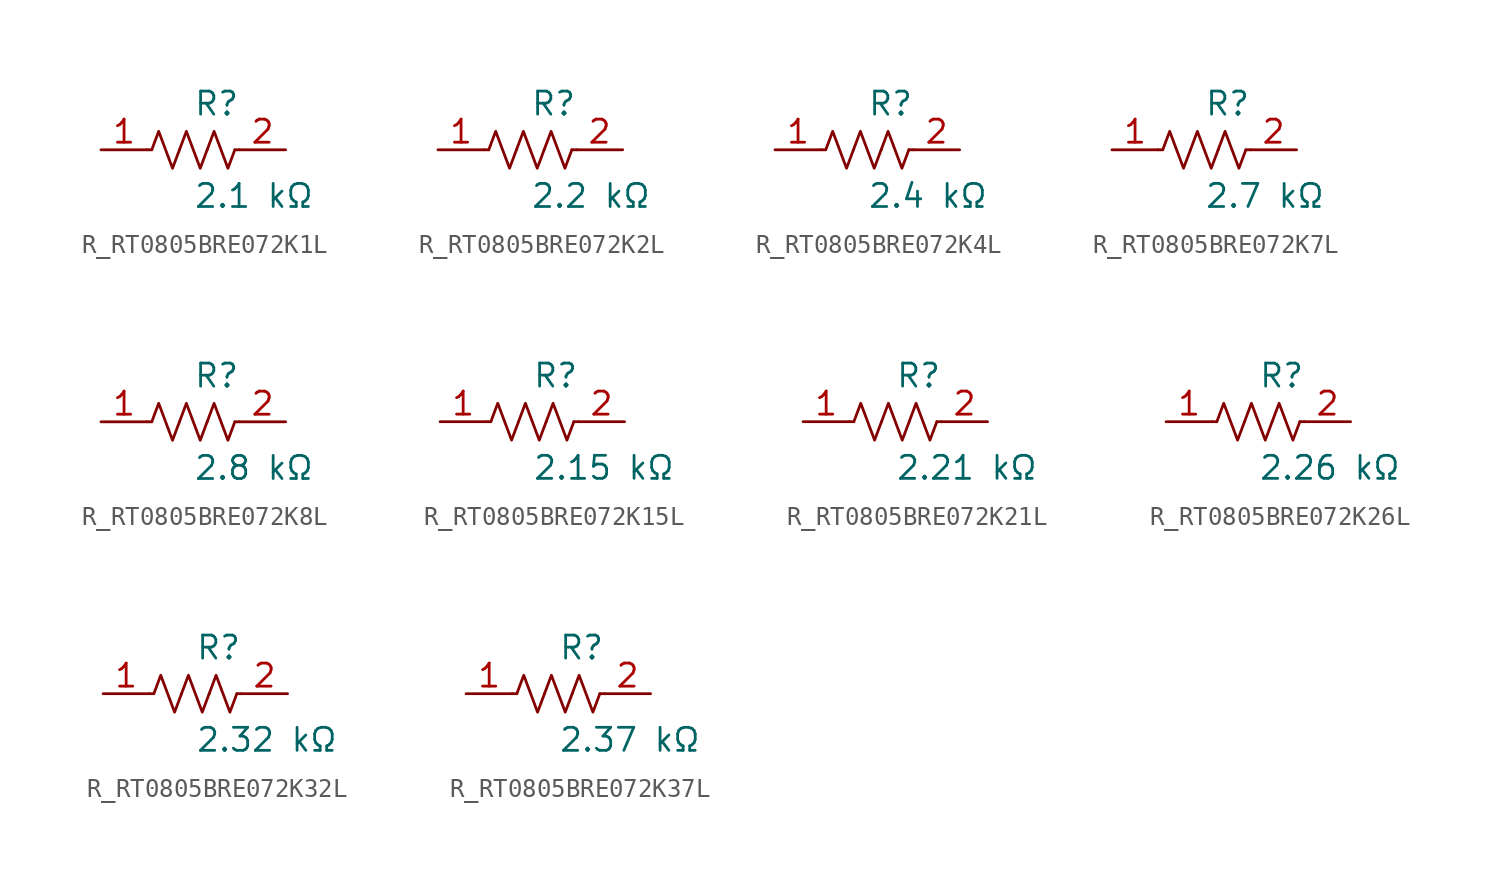
<source format=kicad_sym>
(kicad_symbol_lib
  (version 20231120)
  (generator kicad_symbol_editor)
  (generator_version 8.0)
  (symbol "R_RT0805BRE072K1L"
    (pin_names
      (offset 0.254))
    (property "Reference" "R"
      (at 0.0 2.54 0)
      (effects (font (size 1.27 1.27)) (justify left)))
    (property "Value" "2.1 kΩ"
      (at 0.0 -2.54 0)
      (effects (font (size 1.27 1.27)) (justify left)))
    (symbol "R_RT0805BRE072K1L_0_1"
      (polyline (pts (xy 2.286 0) (xy 2.54 0)) (stroke (width 0) (type default)) (fill (type none)))
      (polyline (pts (xy -2.286 0) (xy -2.54 0)) (stroke (width 0) (type default)) (fill (type none)))
      (polyline (pts (xy 0.762 0) (xy 1.143 1.016) (xy 1.524 0) (xy 1.905 -1.016) (xy 2.286 0)) (stroke (width 0) (type default)) (fill (type none)))
      (polyline (pts (xy -0.762 0) (xy -0.381 1.016) (xy 0 0) (xy 0.381 -1.016) (xy 0.762 0)) (stroke (width 0) (type default)) (fill (type none)))
      (polyline (pts (xy -2.286 0) (xy -1.905 1.016) (xy -1.524 0) (xy -1.143 -1.016) (xy -0.762 0)) (stroke (width 0) (type default)) (fill (type none))))
    (pin unspecified line
      (at -5.08 0 0)
      (length 2.54)
      (name "" (effects (font (size 1.27 1.27))))
      (number "1" (effects (font (size 1.27 1.27)))))
    (pin unspecified line
      (at 5.08 0 180)
      (length 2.54)
      (name "" (effects (font (size 1.27 1.27))))
      (number "2" (effects (font (size 1.27 1.27))))))
  (symbol "R_RT0805BRE072K2L"
    (pin_names
      (offset 0.254))
    (property "Reference" "R"
      (at 0.0 2.54 0)
      (effects (font (size 1.27 1.27)) (justify left)))
    (property "Value" "2.2 kΩ"
      (at 0.0 -2.54 0)
      (effects (font (size 1.27 1.27)) (justify left)))
    (symbol "R_RT0805BRE072K2L_0_1"
      (polyline (pts (xy 2.286 0) (xy 2.54 0)) (stroke (width 0) (type default)) (fill (type none)))
      (polyline (pts (xy -2.286 0) (xy -2.54 0)) (stroke (width 0) (type default)) (fill (type none)))
      (polyline (pts (xy 0.762 0) (xy 1.143 1.016) (xy 1.524 0) (xy 1.905 -1.016) (xy 2.286 0)) (stroke (width 0) (type default)) (fill (type none)))
      (polyline (pts (xy -0.762 0) (xy -0.381 1.016) (xy 0 0) (xy 0.381 -1.016) (xy 0.762 0)) (stroke (width 0) (type default)) (fill (type none)))
      (polyline (pts (xy -2.286 0) (xy -1.905 1.016) (xy -1.524 0) (xy -1.143 -1.016) (xy -0.762 0)) (stroke (width 0) (type default)) (fill (type none))))
    (pin unspecified line
      (at -5.08 0 0)
      (length 2.54)
      (name "" (effects (font (size 1.27 1.27))))
      (number "1" (effects (font (size 1.27 1.27)))))
    (pin unspecified line
      (at 5.08 0 180)
      (length 2.54)
      (name "" (effects (font (size 1.27 1.27))))
      (number "2" (effects (font (size 1.27 1.27))))))
  (symbol "R_RT0805BRE072K4L"
    (pin_names
      (offset 0.254))
    (property "Reference" "R"
      (at 0.0 2.54 0)
      (effects (font (size 1.27 1.27)) (justify left)))
    (property "Value" "2.4 kΩ"
      (at 0.0 -2.54 0)
      (effects (font (size 1.27 1.27)) (justify left)))
    (symbol "R_RT0805BRE072K4L_0_1"
      (polyline (pts (xy 2.286 0) (xy 2.54 0)) (stroke (width 0) (type default)) (fill (type none)))
      (polyline (pts (xy -2.286 0) (xy -2.54 0)) (stroke (width 0) (type default)) (fill (type none)))
      (polyline (pts (xy 0.762 0) (xy 1.143 1.016) (xy 1.524 0) (xy 1.905 -1.016) (xy 2.286 0)) (stroke (width 0) (type default)) (fill (type none)))
      (polyline (pts (xy -0.762 0) (xy -0.381 1.016) (xy 0 0) (xy 0.381 -1.016) (xy 0.762 0)) (stroke (width 0) (type default)) (fill (type none)))
      (polyline (pts (xy -2.286 0) (xy -1.905 1.016) (xy -1.524 0) (xy -1.143 -1.016) (xy -0.762 0)) (stroke (width 0) (type default)) (fill (type none))))
    (pin unspecified line
      (at -5.08 0 0)
      (length 2.54)
      (name "" (effects (font (size 1.27 1.27))))
      (number "1" (effects (font (size 1.27 1.27)))))
    (pin unspecified line
      (at 5.08 0 180)
      (length 2.54)
      (name "" (effects (font (size 1.27 1.27))))
      (number "2" (effects (font (size 1.27 1.27))))))
  (symbol "R_RT0805BRE072K7L"
    (pin_names
      (offset 0.254))
    (property "Reference" "R"
      (at 0.0 2.54 0)
      (effects (font (size 1.27 1.27)) (justify left)))
    (property "Value" "2.7 kΩ"
      (at 0.0 -2.54 0)
      (effects (font (size 1.27 1.27)) (justify left)))
    (symbol "R_RT0805BRE072K7L_0_1"
      (polyline (pts (xy 2.286 0) (xy 2.54 0)) (stroke (width 0) (type default)) (fill (type none)))
      (polyline (pts (xy -2.286 0) (xy -2.54 0)) (stroke (width 0) (type default)) (fill (type none)))
      (polyline (pts (xy 0.762 0) (xy 1.143 1.016) (xy 1.524 0) (xy 1.905 -1.016) (xy 2.286 0)) (stroke (width 0) (type default)) (fill (type none)))
      (polyline (pts (xy -0.762 0) (xy -0.381 1.016) (xy 0 0) (xy 0.381 -1.016) (xy 0.762 0)) (stroke (width 0) (type default)) (fill (type none)))
      (polyline (pts (xy -2.286 0) (xy -1.905 1.016) (xy -1.524 0) (xy -1.143 -1.016) (xy -0.762 0)) (stroke (width 0) (type default)) (fill (type none))))
    (pin unspecified line
      (at -5.08 0 0)
      (length 2.54)
      (name "" (effects (font (size 1.27 1.27))))
      (number "1" (effects (font (size 1.27 1.27)))))
    (pin unspecified line
      (at 5.08 0 180)
      (length 2.54)
      (name "" (effects (font (size 1.27 1.27))))
      (number "2" (effects (font (size 1.27 1.27))))))
  (symbol "R_RT0805BRE072K8L"
    (pin_names
      (offset 0.254))
    (property "Reference" "R"
      (at 0.0 2.54 0)
      (effects (font (size 1.27 1.27)) (justify left)))
    (property "Value" "2.8 kΩ"
      (at 0.0 -2.54 0)
      (effects (font (size 1.27 1.27)) (justify left)))
    (symbol "R_RT0805BRE072K8L_0_1"
      (polyline (pts (xy 2.286 0) (xy 2.54 0)) (stroke (width 0) (type default)) (fill (type none)))
      (polyline (pts (xy -2.286 0) (xy -2.54 0)) (stroke (width 0) (type default)) (fill (type none)))
      (polyline (pts (xy 0.762 0) (xy 1.143 1.016) (xy 1.524 0) (xy 1.905 -1.016) (xy 2.286 0)) (stroke (width 0) (type default)) (fill (type none)))
      (polyline (pts (xy -0.762 0) (xy -0.381 1.016) (xy 0 0) (xy 0.381 -1.016) (xy 0.762 0)) (stroke (width 0) (type default)) (fill (type none)))
      (polyline (pts (xy -2.286 0) (xy -1.905 1.016) (xy -1.524 0) (xy -1.143 -1.016) (xy -0.762 0)) (stroke (width 0) (type default)) (fill (type none))))
    (pin unspecified line
      (at -5.08 0 0)
      (length 2.54)
      (name "" (effects (font (size 1.27 1.27))))
      (number "1" (effects (font (size 1.27 1.27)))))
    (pin unspecified line
      (at 5.08 0 180)
      (length 2.54)
      (name "" (effects (font (size 1.27 1.27))))
      (number "2" (effects (font (size 1.27 1.27))))))
  (symbol "R_RT0805BRE072K15L"
    (pin_names
      (offset 0.254))
    (property "Reference" "R"
      (at 0.0 2.54 0)
      (effects (font (size 1.27 1.27)) (justify left)))
    (property "Value" "2.15 kΩ"
      (at 0.0 -2.54 0)
      (effects (font (size 1.27 1.27)) (justify left)))
    (symbol "R_RT0805BRE072K15L_0_1"
      (polyline (pts (xy 2.286 0) (xy 2.54 0)) (stroke (width 0) (type default)) (fill (type none)))
      (polyline (pts (xy -2.286 0) (xy -2.54 0)) (stroke (width 0) (type default)) (fill (type none)))
      (polyline (pts (xy 0.762 0) (xy 1.143 1.016) (xy 1.524 0) (xy 1.905 -1.016) (xy 2.286 0)) (stroke (width 0) (type default)) (fill (type none)))
      (polyline (pts (xy -0.762 0) (xy -0.381 1.016) (xy 0 0) (xy 0.381 -1.016) (xy 0.762 0)) (stroke (width 0) (type default)) (fill (type none)))
      (polyline (pts (xy -2.286 0) (xy -1.905 1.016) (xy -1.524 0) (xy -1.143 -1.016) (xy -0.762 0)) (stroke (width 0) (type default)) (fill (type none))))
    (pin unspecified line
      (at -5.08 0 0)
      (length 2.54)
      (name "" (effects (font (size 1.27 1.27))))
      (number "1" (effects (font (size 1.27 1.27)))))
    (pin unspecified line
      (at 5.08 0 180)
      (length 2.54)
      (name "" (effects (font (size 1.27 1.27))))
      (number "2" (effects (font (size 1.27 1.27))))))
  (symbol "R_RT0805BRE072K21L"
    (pin_names
      (offset 0.254))
    (property "Reference" "R"
      (at 0.0 2.54 0)
      (effects (font (size 1.27 1.27)) (justify left)))
    (property "Value" "2.21 kΩ"
      (at 0.0 -2.54 0)
      (effects (font (size 1.27 1.27)) (justify left)))
    (symbol "R_RT0805BRE072K21L_0_1"
      (polyline (pts (xy 2.286 0) (xy 2.54 0)) (stroke (width 0) (type default)) (fill (type none)))
      (polyline (pts (xy -2.286 0) (xy -2.54 0)) (stroke (width 0) (type default)) (fill (type none)))
      (polyline (pts (xy 0.762 0) (xy 1.143 1.016) (xy 1.524 0) (xy 1.905 -1.016) (xy 2.286 0)) (stroke (width 0) (type default)) (fill (type none)))
      (polyline (pts (xy -0.762 0) (xy -0.381 1.016) (xy 0 0) (xy 0.381 -1.016) (xy 0.762 0)) (stroke (width 0) (type default)) (fill (type none)))
      (polyline (pts (xy -2.286 0) (xy -1.905 1.016) (xy -1.524 0) (xy -1.143 -1.016) (xy -0.762 0)) (stroke (width 0) (type default)) (fill (type none))))
    (pin unspecified line
      (at -5.08 0 0)
      (length 2.54)
      (name "" (effects (font (size 1.27 1.27))))
      (number "1" (effects (font (size 1.27 1.27)))))
    (pin unspecified line
      (at 5.08 0 180)
      (length 2.54)
      (name "" (effects (font (size 1.27 1.27))))
      (number "2" (effects (font (size 1.27 1.27))))))
  (symbol "R_RT0805BRE072K26L"
    (pin_names
      (offset 0.254))
    (property "Reference" "R"
      (at 0.0 2.54 0)
      (effects (font (size 1.27 1.27)) (justify left)))
    (property "Value" "2.26 kΩ"
      (at 0.0 -2.54 0)
      (effects (font (size 1.27 1.27)) (justify left)))
    (symbol "R_RT0805BRE072K26L_0_1"
      (polyline (pts (xy 2.286 0) (xy 2.54 0)) (stroke (width 0) (type default)) (fill (type none)))
      (polyline (pts (xy -2.286 0) (xy -2.54 0)) (stroke (width 0) (type default)) (fill (type none)))
      (polyline (pts (xy 0.762 0) (xy 1.143 1.016) (xy 1.524 0) (xy 1.905 -1.016) (xy 2.286 0)) (stroke (width 0) (type default)) (fill (type none)))
      (polyline (pts (xy -0.762 0) (xy -0.381 1.016) (xy 0 0) (xy 0.381 -1.016) (xy 0.762 0)) (stroke (width 0) (type default)) (fill (type none)))
      (polyline (pts (xy -2.286 0) (xy -1.905 1.016) (xy -1.524 0) (xy -1.143 -1.016) (xy -0.762 0)) (stroke (width 0) (type default)) (fill (type none))))
    (pin unspecified line
      (at -5.08 0 0)
      (length 2.54)
      (name "" (effects (font (size 1.27 1.27))))
      (number "1" (effects (font (size 1.27 1.27)))))
    (pin unspecified line
      (at 5.08 0 180)
      (length 2.54)
      (name "" (effects (font (size 1.27 1.27))))
      (number "2" (effects (font (size 1.27 1.27))))))
  (symbol "R_RT0805BRE072K32L"
    (pin_names
      (offset 0.254))
    (property "Reference" "R"
      (at 0.0 2.54 0)
      (effects (font (size 1.27 1.27)) (justify left)))
    (property "Value" "2.32 kΩ"
      (at 0.0 -2.54 0)
      (effects (font (size 1.27 1.27)) (justify left)))
    (symbol "R_RT0805BRE072K32L_0_1"
      (polyline (pts (xy 2.286 0) (xy 2.54 0)) (stroke (width 0) (type default)) (fill (type none)))
      (polyline (pts (xy -2.286 0) (xy -2.54 0)) (stroke (width 0) (type default)) (fill (type none)))
      (polyline (pts (xy 0.762 0) (xy 1.143 1.016) (xy 1.524 0) (xy 1.905 -1.016) (xy 2.286 0)) (stroke (width 0) (type default)) (fill (type none)))
      (polyline (pts (xy -0.762 0) (xy -0.381 1.016) (xy 0 0) (xy 0.381 -1.016) (xy 0.762 0)) (stroke (width 0) (type default)) (fill (type none)))
      (polyline (pts (xy -2.286 0) (xy -1.905 1.016) (xy -1.524 0) (xy -1.143 -1.016) (xy -0.762 0)) (stroke (width 0) (type default)) (fill (type none))))
    (pin unspecified line
      (at -5.08 0 0)
      (length 2.54)
      (name "" (effects (font (size 1.27 1.27))))
      (number "1" (effects (font (size 1.27 1.27)))))
    (pin unspecified line
      (at 5.08 0 180)
      (length 2.54)
      (name "" (effects (font (size 1.27 1.27))))
      (number "2" (effects (font (size 1.27 1.27))))))
  (symbol "R_RT0805BRE072K37L"
    (pin_names
      (offset 0.254))
    (property "Reference" "R"
      (at 0.0 2.54 0)
      (effects (font (size 1.27 1.27)) (justify left)))
    (property "Value" "2.37 kΩ"
      (at 0.0 -2.54 0)
      (effects (font (size 1.27 1.27)) (justify left)))
    (symbol "R_RT0805BRE072K37L_0_1"
      (polyline (pts (xy 2.286 0) (xy 2.54 0)) (stroke (width 0) (type default)) (fill (type none)))
      (polyline (pts (xy -2.286 0) (xy -2.54 0)) (stroke (width 0) (type default)) (fill (type none)))
      (polyline (pts (xy 0.762 0) (xy 1.143 1.016) (xy 1.524 0) (xy 1.905 -1.016) (xy 2.286 0)) (stroke (width 0) (type default)) (fill (type none)))
      (polyline (pts (xy -0.762 0) (xy -0.381 1.016) (xy 0 0) (xy 0.381 -1.016) (xy 0.762 0)) (stroke (width 0) (type default)) (fill (type none)))
      (polyline (pts (xy -2.286 0) (xy -1.905 1.016) (xy -1.524 0) (xy -1.143 -1.016) (xy -0.762 0)) (stroke (width 0) (type default)) (fill (type none))))
    (pin unspecified line
      (at -5.08 0 0)
      (length 2.54)
      (name "" (effects (font (size 1.27 1.27))))
      (number "1" (effects (font (size 1.27 1.27)))))
    (pin unspecified line
      (at 5.08 0 180)
      (length 2.54)
      (name "" (effects (font (size 1.27 1.27))))
      (number "2" (effects (font (size 1.27 1.27)))))))
</source>
